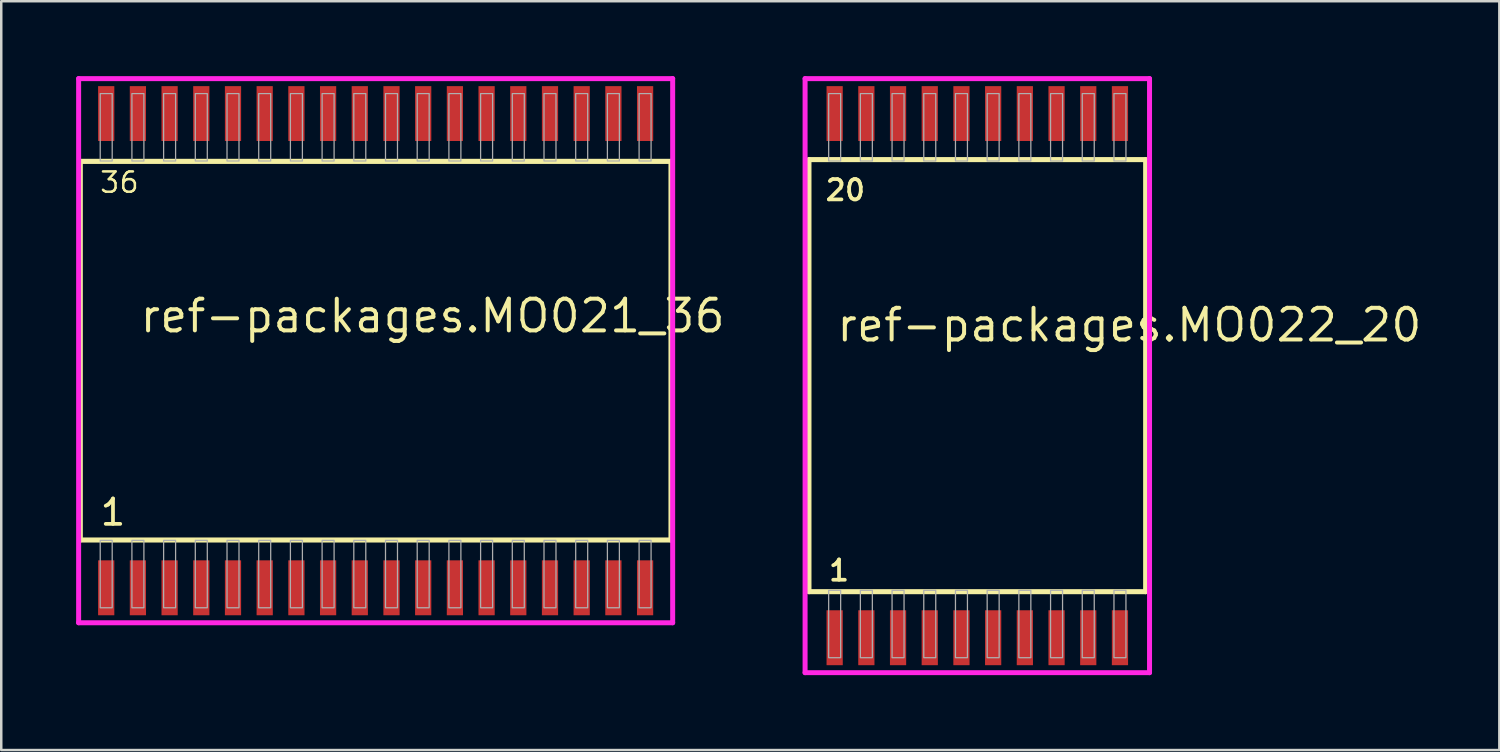
<source format=kicad_pcb>
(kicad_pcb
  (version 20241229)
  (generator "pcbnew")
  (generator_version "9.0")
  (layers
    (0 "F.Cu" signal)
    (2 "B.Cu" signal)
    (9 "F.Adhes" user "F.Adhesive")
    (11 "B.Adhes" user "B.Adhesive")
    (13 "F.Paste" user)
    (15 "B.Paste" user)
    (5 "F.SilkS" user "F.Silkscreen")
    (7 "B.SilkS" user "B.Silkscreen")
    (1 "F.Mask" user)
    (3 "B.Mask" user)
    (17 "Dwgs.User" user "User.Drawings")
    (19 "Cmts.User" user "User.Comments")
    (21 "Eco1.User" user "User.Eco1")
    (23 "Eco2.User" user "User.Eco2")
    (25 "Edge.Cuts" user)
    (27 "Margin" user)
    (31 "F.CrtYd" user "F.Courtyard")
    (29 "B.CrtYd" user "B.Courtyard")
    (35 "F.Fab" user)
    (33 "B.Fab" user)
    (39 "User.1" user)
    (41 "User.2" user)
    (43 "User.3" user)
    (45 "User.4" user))
  (footprint "ref-packages.MO022_20"
    (layer "F.Cu")
    (at 36.105 12)
    (property "Reference" "ref-packages.MO022_20" (at -5.715 -1.285 0) (layer "F.SilkS") (effects (font (size 1.27 1.27) (thickness 0.16)) (justify left bottom)))
    (attr smd)
    (fp_line (start -6.745 -8.655) (end 6.745 -8.655) (stroke (width 0.203) (type default)) (layer "F.SilkS"))
    (fp_line (start -6.745 8.655) (end -6.745 -8.655) (stroke (width 0.203) (type default)) (layer "F.SilkS"))
    (fp_line (start 6.745 -8.655) (end 6.745 8.655) (stroke (width 0.203) (type default)) (layer "F.SilkS"))
    (fp_line (start 6.745 8.655) (end -6.745 8.655) (stroke (width 0.203) (type default)) (layer "F.SilkS"))
    (fp_line (start -6.9 -11.9) (end 6.9 -11.9) (stroke (width 0.2) (type default)) (layer "F.CrtYd"))
    (fp_line (start -6.9 11.9) (end -6.9 -11.9) (stroke (width 0.2) (type default)) (layer "F.CrtYd"))
    (fp_line (start 6.9 -11.9) (end 6.9 11.9) (stroke (width 0.2) (type default)) (layer "F.CrtYd"))
    (fp_line (start 6.9 11.9) (end -6.9 11.9) (stroke (width 0.2) (type default)) (layer "F.CrtYd"))
    (fp_rect (start -5.955 -8.6) (end -5.475 -11.3) (stroke (width 0.05) (type default)) (fill no) (layer "F.Fab"))
    (fp_rect (start -5.955 11.3) (end -5.475 8.6) (stroke (width 0.05) (type default)) (fill no) (layer "F.Fab"))
    (fp_rect (start -4.685 -8.6) (end -4.205 -11.3) (stroke (width 0.05) (type default)) (fill no) (layer "F.Fab"))
    (fp_rect (start -4.685 11.3) (end -4.205 8.6) (stroke (width 0.05) (type default)) (fill no) (layer "F.Fab"))
    (fp_rect (start -3.415 -8.6) (end -2.935 -11.3) (stroke (width 0.05) (type default)) (fill no) (layer "F.Fab"))
    (fp_rect (start -3.415 11.3) (end -2.935 8.6) (stroke (width 0.05) (type default)) (fill no) (layer "F.Fab"))
    (fp_rect (start -2.145 -8.6) (end -1.665 -11.3) (stroke (width 0.05) (type default)) (fill no) (layer "F.Fab"))
    (fp_rect (start -2.145 11.3) (end -1.665 8.6) (stroke (width 0.05) (type default)) (fill no) (layer "F.Fab"))
    (fp_rect (start -0.875 -8.6) (end -0.395 -11.3) (stroke (width 0.05) (type default)) (fill no) (layer "F.Fab"))
    (fp_rect (start -0.875 11.3) (end -0.395 8.6) (stroke (width 0.05) (type default)) (fill no) (layer "F.Fab"))
    (fp_rect (start 0.395 -8.6) (end 0.875 -11.3) (stroke (width 0.05) (type default)) (fill no) (layer "F.Fab"))
    (fp_rect (start 0.395 11.3) (end 0.875 8.6) (stroke (width 0.05) (type default)) (fill no) (layer "F.Fab"))
    (fp_rect (start 1.665 -8.6) (end 2.145 -11.3) (stroke (width 0.05) (type default)) (fill no) (layer "F.Fab"))
    (fp_rect (start 1.665 11.3) (end 2.145 8.6) (stroke (width 0.05) (type default)) (fill no) (layer "F.Fab"))
    (fp_rect (start 2.935 -8.6) (end 3.415 -11.3) (stroke (width 0.05) (type default)) (fill no) (layer "F.Fab"))
    (fp_rect (start 2.935 11.3) (end 3.415 8.6) (stroke (width 0.05) (type default)) (fill no) (layer "F.Fab"))
    (fp_rect (start 4.205 -8.6) (end 4.685 -11.3) (stroke (width 0.05) (type default)) (fill no) (layer "F.Fab"))
    (fp_rect (start 4.205 11.3) (end 4.685 8.6) (stroke (width 0.05) (type default)) (fill no) (layer "F.Fab"))
    (fp_rect (start 5.475 -8.6) (end 5.955 -11.3) (stroke (width 0.05) (type default)) (fill no) (layer "F.Fab"))
    (fp_rect (start 5.475 11.3) (end 5.955 8.6) (stroke (width 0.05) (type default)) (fill no) (layer "F.Fab"))
    (fp_text user "20" (at -6.161 -6.955 0) (layer "F.SilkS") (effects (font (size 0.813 0.813) (thickness 0.15)) (justify left bottom)))
    (fp_text user "1" (at -6.026 8.285 0) (layer "F.SilkS") (effects (font (size 0.813 0.813) (thickness 0.15)) (justify left bottom)))
    (pad "1" smd roundrect (at -5.715 10.5) (size 0.65 2.2) (layers "F.Cu" "F.Mask" "F.Paste") (roundrect_rratio 0.01))
    (pad "2" smd roundrect (at -4.445 10.5) (size 0.65 2.2) (layers "F.Cu" "F.Mask" "F.Paste") (roundrect_rratio 0.01))
    (pad "3" smd roundrect (at -3.175 10.5) (size 0.65 2.2) (layers "F.Cu" "F.Mask" "F.Paste") (roundrect_rratio 0.01))
    (pad "4" smd roundrect (at -1.905 10.5) (size 0.65 2.2) (layers "F.Cu" "F.Mask" "F.Paste") (roundrect_rratio 0.01))
    (pad "5" smd roundrect (at -0.635 10.5) (size 0.65 2.2) (layers "F.Cu" "F.Mask" "F.Paste") (roundrect_rratio 0.01))
    (pad "6" smd roundrect (at 0.635 10.5) (size 0.65 2.2) (layers "F.Cu" "F.Mask" "F.Paste") (roundrect_rratio 0.01))
    (pad "7" smd roundrect (at 1.905 10.5) (size 0.65 2.2) (layers "F.Cu" "F.Mask" "F.Paste") (roundrect_rratio 0.01))
    (pad "8" smd roundrect (at 3.175 10.5) (size 0.65 2.2) (layers "F.Cu" "F.Mask" "F.Paste") (roundrect_rratio 0.01))
    (pad "9" smd roundrect (at 4.445 10.5) (size 0.65 2.2) (layers "F.Cu" "F.Mask" "F.Paste") (roundrect_rratio 0.01))
    (pad "10" smd roundrect (at 5.715 10.5) (size 0.65 2.2) (layers "F.Cu" "F.Mask" "F.Paste") (roundrect_rratio 0.01))
    (pad "11" smd roundrect (at 5.715 -10.5) (size 0.65 2.2) (layers "F.Cu" "F.Mask" "F.Paste") (roundrect_rratio 0.01))
    (pad "12" smd roundrect (at 4.445 -10.5) (size 0.65 2.2) (layers "F.Cu" "F.Mask" "F.Paste") (roundrect_rratio 0.01))
    (pad "13" smd roundrect (at 3.175 -10.5) (size 0.65 2.2) (layers "F.Cu" "F.Mask" "F.Paste") (roundrect_rratio 0.01))
    (pad "14" smd roundrect (at 1.905 -10.5) (size 0.65 2.2) (layers "F.Cu" "F.Mask" "F.Paste") (roundrect_rratio 0.01))
    (pad "15" smd roundrect (at 0.635 -10.5) (size 0.65 2.2) (layers "F.Cu" "F.Mask" "F.Paste") (roundrect_rratio 0.01))
    (pad "16" smd roundrect (at -0.635 -10.5) (size 0.65 2.2) (layers "F.Cu" "F.Mask" "F.Paste") (roundrect_rratio 0.01))
    (pad "17" smd roundrect (at -1.905 -10.5) (size 0.65 2.2) (layers "F.Cu" "F.Mask" "F.Paste") (roundrect_rratio 0.01))
    (pad "18" smd roundrect (at -3.175 -10.5) (size 0.65 2.2) (layers "F.Cu" "F.Mask" "F.Paste") (roundrect_rratio 0.01))
    (pad "19" smd roundrect (at -4.445 -10.5) (size 0.65 2.2) (layers "F.Cu" "F.Mask" "F.Paste") (roundrect_rratio 0.01))
    (pad "20" smd roundrect (at -5.715 -10.5) (size 0.65 2.2) (layers "F.Cu" "F.Mask" "F.Paste") (roundrect_rratio 0.01)))
  (footprint "ref-packages.MO021_36"
    (layer "F.Cu")
    (at 12 11)
    (property "Reference" "ref-packages.MO021_36" (at -9.525 -0.65 0) (layer "F.SilkS") (effects (font (size 1.27 1.27) (thickness 0.16)) (justify left bottom)))
    (attr smd)
    (fp_line (start -11.833 -7.585) (end 11.833 -7.585) (stroke (width 0.203) (type default)) (layer "F.SilkS"))
    (fp_line (start -11.833 7.585) (end -11.833 -7.585) (stroke (width 0.203) (type default)) (layer "F.SilkS"))
    (fp_line (start 11.833 -7.585) (end 11.833 7.585) (stroke (width 0.203) (type default)) (layer "F.SilkS"))
    (fp_line (start 11.833 7.585) (end -11.833 7.585) (stroke (width 0.203) (type default)) (layer "F.SilkS"))
    (fp_line (start -11.9 -10.9) (end 11.9 -10.9) (stroke (width 0.2) (type default)) (layer "F.CrtYd"))
    (fp_line (start -11.9 10.9) (end -11.9 -10.9) (stroke (width 0.2) (type default)) (layer "F.CrtYd"))
    (fp_line (start 11.9 -10.9) (end 11.9 10.9) (stroke (width 0.2) (type default)) (layer "F.CrtYd"))
    (fp_line (start 11.9 10.9) (end -11.9 10.9) (stroke (width 0.2) (type default)) (layer "F.CrtYd"))
    (fp_rect (start -11.035 -7.6) (end -10.555 -10.3) (stroke (width 0.05) (type default)) (fill no) (layer "F.Fab"))
    (fp_rect (start -11.035 10.3) (end -10.555 7.6) (stroke (width 0.05) (type default)) (fill no) (layer "F.Fab"))
    (fp_rect (start -9.765 -7.6) (end -9.285 -10.3) (stroke (width 0.05) (type default)) (fill no) (layer "F.Fab"))
    (fp_rect (start -9.765 10.3) (end -9.285 7.6) (stroke (width 0.05) (type default)) (fill no) (layer "F.Fab"))
    (fp_rect (start -8.495 -7.6) (end -8.015 -10.3) (stroke (width 0.05) (type default)) (fill no) (layer "F.Fab"))
    (fp_rect (start -8.495 10.3) (end -8.015 7.6) (stroke (width 0.05) (type default)) (fill no) (layer "F.Fab"))
    (fp_rect (start -7.225 -7.6) (end -6.745 -10.3) (stroke (width 0.05) (type default)) (fill no) (layer "F.Fab"))
    (fp_rect (start -7.225 10.3) (end -6.745 7.6) (stroke (width 0.05) (type default)) (fill no) (layer "F.Fab"))
    (fp_rect (start -5.955 -7.6) (end -5.475 -10.3) (stroke (width 0.05) (type default)) (fill no) (layer "F.Fab"))
    (fp_rect (start -5.955 10.3) (end -5.475 7.6) (stroke (width 0.05) (type default)) (fill no) (layer "F.Fab"))
    (fp_rect (start -4.685 -7.6) (end -4.205 -10.3) (stroke (width 0.05) (type default)) (fill no) (layer "F.Fab"))
    (fp_rect (start -4.685 10.3) (end -4.205 7.6) (stroke (width 0.05) (type default)) (fill no) (layer "F.Fab"))
    (fp_rect (start -3.415 -7.6) (end -2.935 -10.3) (stroke (width 0.05) (type default)) (fill no) (layer "F.Fab"))
    (fp_rect (start -3.415 10.3) (end -2.935 7.6) (stroke (width 0.05) (type default)) (fill no) (layer "F.Fab"))
    (fp_rect (start -2.145 -7.6) (end -1.665 -10.3) (stroke (width 0.05) (type default)) (fill no) (layer "F.Fab"))
    (fp_rect (start -2.145 10.3) (end -1.665 7.6) (stroke (width 0.05) (type default)) (fill no) (layer "F.Fab"))
    (fp_rect (start -0.875 -7.6) (end -0.395 -10.3) (stroke (width 0.05) (type default)) (fill no) (layer "F.Fab"))
    (fp_rect (start -0.875 10.3) (end -0.395 7.6) (stroke (width 0.05) (type default)) (fill no) (layer "F.Fab"))
    (fp_rect (start 0.395 -7.6) (end 0.875 -10.3) (stroke (width 0.05) (type default)) (fill no) (layer "F.Fab"))
    (fp_rect (start 0.395 10.3) (end 0.875 7.6) (stroke (width 0.05) (type default)) (fill no) (layer "F.Fab"))
    (fp_rect (start 1.665 -7.6) (end 2.145 -10.3) (stroke (width 0.05) (type default)) (fill no) (layer "F.Fab"))
    (fp_rect (start 1.665 10.3) (end 2.145 7.6) (stroke (width 0.05) (type default)) (fill no) (layer "F.Fab"))
    (fp_rect (start 2.935 -7.6) (end 3.415 -10.3) (stroke (width 0.05) (type default)) (fill no) (layer "F.Fab"))
    (fp_rect (start 2.935 10.3) (end 3.415 7.6) (stroke (width 0.05) (type default)) (fill no) (layer "F.Fab"))
    (fp_rect (start 4.205 -7.6) (end 4.685 -10.3) (stroke (width 0.05) (type default)) (fill no) (layer "F.Fab"))
    (fp_rect (start 4.205 10.3) (end 4.685 7.6) (stroke (width 0.05) (type default)) (fill no) (layer "F.Fab"))
    (fp_rect (start 5.475 -7.6) (end 5.955 -10.3) (stroke (width 0.05) (type default)) (fill no) (layer "F.Fab"))
    (fp_rect (start 5.475 10.3) (end 5.955 7.6) (stroke (width 0.05) (type default)) (fill no) (layer "F.Fab"))
    (fp_rect (start 6.745 -7.6) (end 7.225 -10.3) (stroke (width 0.05) (type default)) (fill no) (layer "F.Fab"))
    (fp_rect (start 6.745 10.3) (end 7.225 7.6) (stroke (width 0.05) (type default)) (fill no) (layer "F.Fab"))
    (fp_rect (start 8.015 -7.6) (end 8.495 -10.3) (stroke (width 0.05) (type default)) (fill no) (layer "F.Fab"))
    (fp_rect (start 8.015 10.3) (end 8.495 7.6) (stroke (width 0.05) (type default)) (fill no) (layer "F.Fab"))
    (fp_rect (start 9.285 -7.6) (end 9.765 -10.3) (stroke (width 0.05) (type default)) (fill no) (layer "F.Fab"))
    (fp_rect (start 9.285 10.3) (end 9.765 7.6) (stroke (width 0.05) (type default)) (fill no) (layer "F.Fab"))
    (fp_rect (start 10.555 -7.6) (end 11.035 -10.3) (stroke (width 0.05) (type default)) (fill no) (layer "F.Fab"))
    (fp_rect (start 10.555 10.3) (end 11.035 7.6) (stroke (width 0.05) (type default)) (fill no) (layer "F.Fab"))
    (fp_text user "1" (at -11.106 7.07 0) (layer "F.SilkS") (effects (font (size 1.016 1.016) (thickness 0.15)) (justify left bottom)))
    (fp_text user "36" (at -11.106 -6.265 0) (layer "F.SilkS") (effects (font (size 0.813 0.813) (thickness 0.1)) (justify left bottom)))
    (pad "1" smd roundrect (at -10.795 9.5) (size 0.65 2.2) (layers "F.Cu" "F.Mask" "F.Paste") (roundrect_rratio 0.01))
    (pad "2" smd roundrect (at -9.525 9.5) (size 0.65 2.2) (layers "F.Cu" "F.Mask" "F.Paste") (roundrect_rratio 0.01))
    (pad "3" smd roundrect (at -8.255 9.5) (size 0.65 2.2) (layers "F.Cu" "F.Mask" "F.Paste") (roundrect_rratio 0.01))
    (pad "4" smd roundrect (at -6.985 9.5) (size 0.65 2.2) (layers "F.Cu" "F.Mask" "F.Paste") (roundrect_rratio 0.01))
    (pad "5" smd roundrect (at -5.715 9.5) (size 0.65 2.2) (layers "F.Cu" "F.Mask" "F.Paste") (roundrect_rratio 0.01))
    (pad "6" smd roundrect (at -4.445 9.5) (size 0.65 2.2) (layers "F.Cu" "F.Mask" "F.Paste") (roundrect_rratio 0.01))
    (pad "7" smd roundrect (at -3.175 9.5) (size 0.65 2.2) (layers "F.Cu" "F.Mask" "F.Paste") (roundrect_rratio 0.01))
    (pad "8" smd roundrect (at -1.905 9.5) (size 0.65 2.2) (layers "F.Cu" "F.Mask" "F.Paste") (roundrect_rratio 0.01))
    (pad "9" smd roundrect (at -0.635 9.5) (size 0.65 2.2) (layers "F.Cu" "F.Mask" "F.Paste") (roundrect_rratio 0.01))
    (pad "10" smd roundrect (at 0.635 9.5) (size 0.65 2.2) (layers "F.Cu" "F.Mask" "F.Paste") (roundrect_rratio 0.01))
    (pad "11" smd roundrect (at 1.905 9.5) (size 0.65 2.2) (layers "F.Cu" "F.Mask" "F.Paste") (roundrect_rratio 0.01))
    (pad "12" smd roundrect (at 3.175 9.5) (size 0.65 2.2) (layers "F.Cu" "F.Mask" "F.Paste") (roundrect_rratio 0.01))
    (pad "13" smd roundrect (at 4.445 9.5) (size 0.65 2.2) (layers "F.Cu" "F.Mask" "F.Paste") (roundrect_rratio 0.01))
    (pad "14" smd roundrect (at 5.715 9.5) (size 0.65 2.2) (layers "F.Cu" "F.Mask" "F.Paste") (roundrect_rratio 0.01))
    (pad "15" smd roundrect (at 6.985 9.5) (size 0.65 2.2) (layers "F.Cu" "F.Mask" "F.Paste") (roundrect_rratio 0.01))
    (pad "16" smd roundrect (at 8.255 9.5) (size 0.65 2.2) (layers "F.Cu" "F.Mask" "F.Paste") (roundrect_rratio 0.01))
    (pad "17" smd roundrect (at 9.525 9.5) (size 0.65 2.2) (layers "F.Cu" "F.Mask" "F.Paste") (roundrect_rratio 0.01))
    (pad "18" smd roundrect (at 10.795 9.5) (size 0.65 2.2) (layers "F.Cu" "F.Mask" "F.Paste") (roundrect_rratio 0.01))
    (pad "19" smd roundrect (at 10.795 -9.5) (size 0.65 2.2) (layers "F.Cu" "F.Mask" "F.Paste") (roundrect_rratio 0.01))
    (pad "20" smd roundrect (at 9.525 -9.5) (size 0.65 2.2) (layers "F.Cu" "F.Mask" "F.Paste") (roundrect_rratio 0.01))
    (pad "21" smd roundrect (at 8.255 -9.5) (size 0.65 2.2) (layers "F.Cu" "F.Mask" "F.Paste") (roundrect_rratio 0.01))
    (pad "22" smd roundrect (at 6.985 -9.5) (size 0.65 2.2) (layers "F.Cu" "F.Mask" "F.Paste") (roundrect_rratio 0.01))
    (pad "23" smd roundrect (at 5.715 -9.5) (size 0.65 2.2) (layers "F.Cu" "F.Mask" "F.Paste") (roundrect_rratio 0.01))
    (pad "24" smd roundrect (at 4.445 -9.5) (size 0.65 2.2) (layers "F.Cu" "F.Mask" "F.Paste") (roundrect_rratio 0.01))
    (pad "25" smd roundrect (at 3.175 -9.5) (size 0.65 2.2) (layers "F.Cu" "F.Mask" "F.Paste") (roundrect_rratio 0.01))
    (pad "26" smd roundrect (at 1.905 -9.5) (size 0.65 2.2) (layers "F.Cu" "F.Mask" "F.Paste") (roundrect_rratio 0.01))
    (pad "27" smd roundrect (at 0.635 -9.5) (size 0.65 2.2) (layers "F.Cu" "F.Mask" "F.Paste") (roundrect_rratio 0.01))
    (pad "28" smd roundrect (at -0.635 -9.5) (size 0.65 2.2) (layers "F.Cu" "F.Mask" "F.Paste") (roundrect_rratio 0.01))
    (pad "29" smd roundrect (at -1.905 -9.5) (size 0.65 2.2) (layers "F.Cu" "F.Mask" "F.Paste") (roundrect_rratio 0.01))
    (pad "30" smd roundrect (at -3.175 -9.5) (size 0.65 2.2) (layers "F.Cu" "F.Mask" "F.Paste") (roundrect_rratio 0.01))
    (pad "31" smd roundrect (at -4.445 -9.5) (size 0.65 2.2) (layers "F.Cu" "F.Mask" "F.Paste") (roundrect_rratio 0.01))
    (pad "32" smd roundrect (at -5.715 -9.5) (size 0.65 2.2) (layers "F.Cu" "F.Mask" "F.Paste") (roundrect_rratio 0.01))
    (pad "33" smd roundrect (at -6.985 -9.5) (size 0.65 2.2) (layers "F.Cu" "F.Mask" "F.Paste") (roundrect_rratio 0.01))
    (pad "34" smd roundrect (at -8.255 -9.5) (size 0.65 2.2) (layers "F.Cu" "F.Mask" "F.Paste") (roundrect_rratio 0.01))
    (pad "35" smd roundrect (at -9.525 -9.5) (size 0.65 2.2) (layers "F.Cu" "F.Mask" "F.Paste") (roundrect_rratio 0.01))
    (pad "36" smd roundrect (at -10.795 -9.5) (size 0.65 2.2) (layers "F.Cu" "F.Mask" "F.Paste") (roundrect_rratio 0.01)))
  (gr_rect
    (start -3 -3)
    (end 57.02 27)
    (stroke (width 0.1) (type default))
    (fill no)
    (layer "Edge.Cuts")))
</source>
